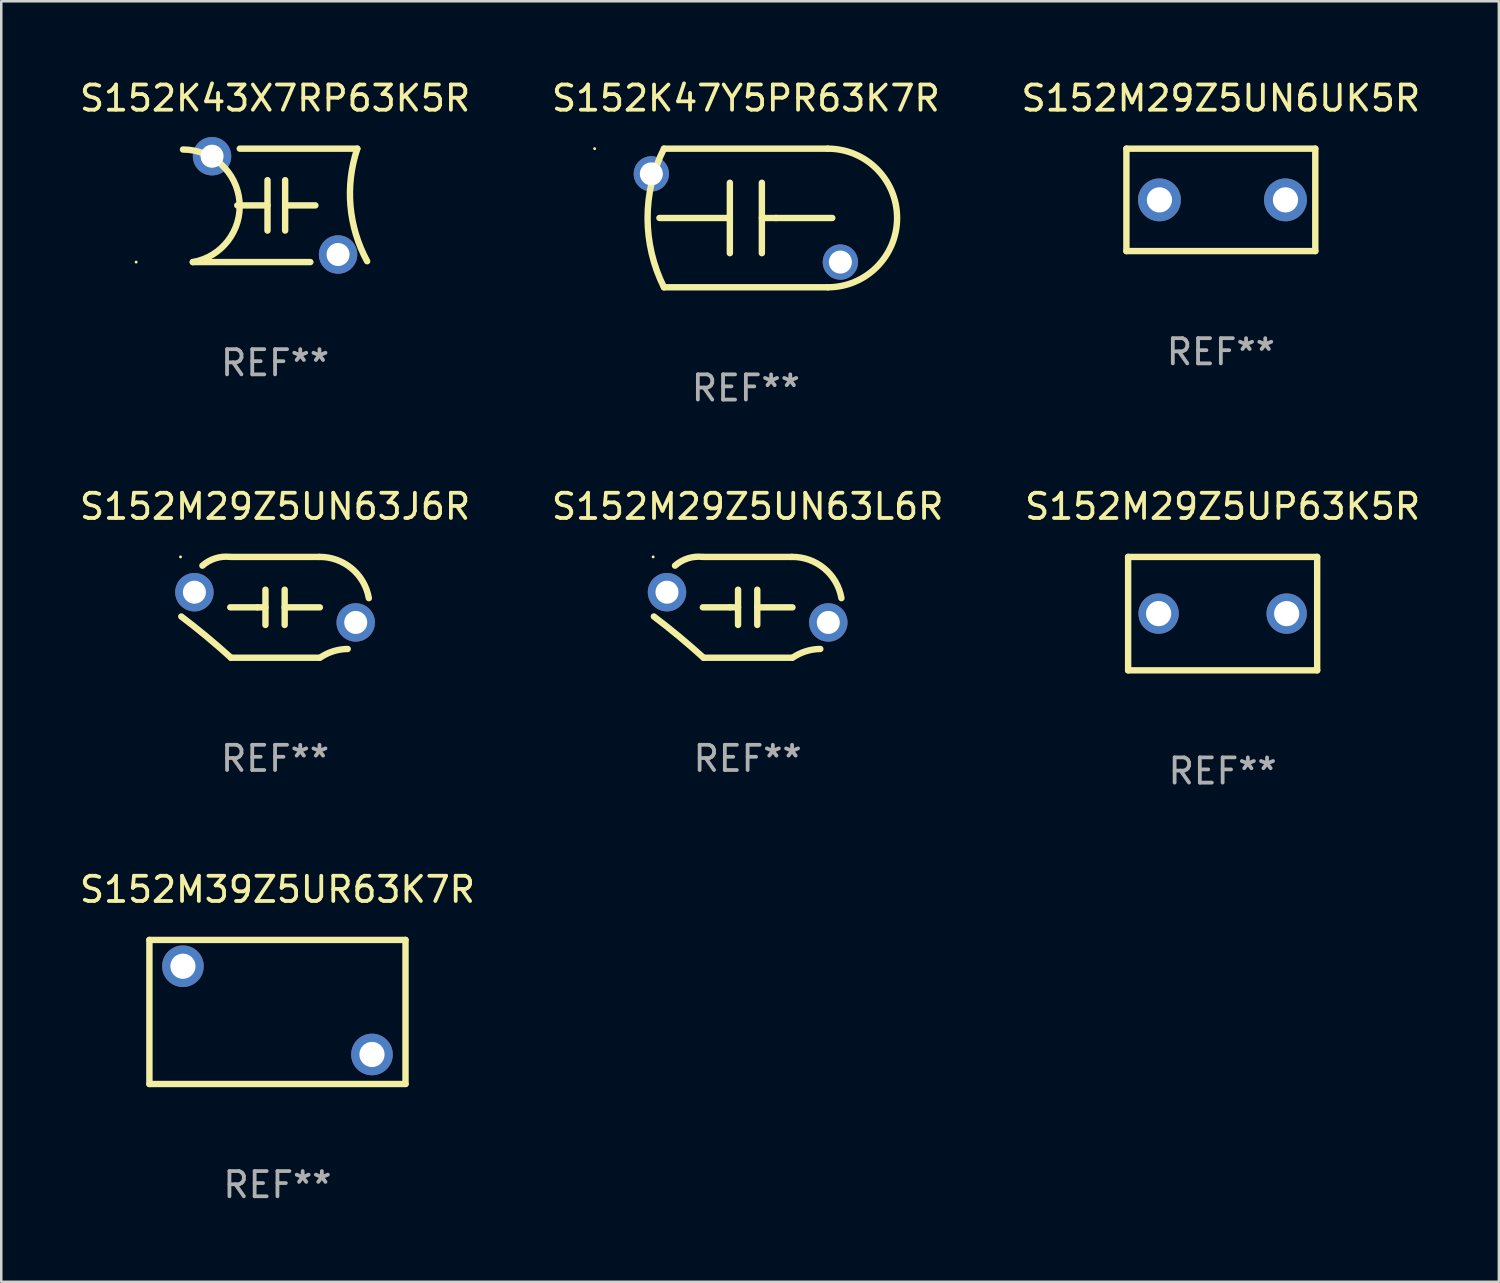
<source format=kicad_pcb>
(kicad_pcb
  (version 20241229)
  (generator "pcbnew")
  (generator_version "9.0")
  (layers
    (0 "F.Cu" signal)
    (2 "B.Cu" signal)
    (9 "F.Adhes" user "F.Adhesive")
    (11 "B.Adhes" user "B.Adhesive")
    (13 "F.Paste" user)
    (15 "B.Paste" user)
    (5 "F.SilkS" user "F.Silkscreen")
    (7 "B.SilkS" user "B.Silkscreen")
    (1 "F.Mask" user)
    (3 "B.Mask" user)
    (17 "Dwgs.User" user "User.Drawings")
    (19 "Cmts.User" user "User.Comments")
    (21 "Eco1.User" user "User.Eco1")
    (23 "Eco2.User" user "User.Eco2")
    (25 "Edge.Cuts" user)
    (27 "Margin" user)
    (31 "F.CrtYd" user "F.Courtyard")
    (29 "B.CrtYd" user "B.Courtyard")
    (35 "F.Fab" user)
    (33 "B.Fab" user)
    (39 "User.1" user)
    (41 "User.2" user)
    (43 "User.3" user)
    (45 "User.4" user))
  (footprint "S152K47Y5PR63K7R"
    (layer "F.Cu")
    (at 26.542 5.598)
    (property "Reference" "S152K47Y5PR63K7R" (at 0 -4.75 0) (layer "F.SilkS") (effects (font (size 1 1) (thickness 0.15))))
    (attr through_hole)
    (fp_line (start -3.429 0) (end -0.635 0) (stroke (width 0.254) (type solid)) (layer "F.SilkS"))
    (fp_line (start -3.25 -2.75) (end 3.25 -2.75) (stroke (width 0.254) (type solid)) (layer "F.SilkS"))
    (fp_line (start -0.635 -1.397) (end -0.635 1.397) (stroke (width 0.254) (type solid)) (layer "F.SilkS"))
    (fp_line (start 0.635 -1.397) (end 0.635 1.397) (stroke (width 0.254) (type solid)) (layer "F.SilkS"))
    (fp_line (start 0.635 0) (end 1.196 0) (stroke (width 0.254) (type solid)) (layer "F.SilkS"))
    (fp_line (start 1.196 0) (end 3.429 0) (stroke (width 0.254) (type solid)) (layer "F.SilkS"))
    (fp_line (start 3.25 2.75) (end -3.25 2.75) (stroke (width 0.254) (type solid)) (layer "F.SilkS"))
    (fp_arc (start -3.249911 2.750012) (mid -3.899101 0) (end -3.249911 -2.750013) (stroke (width 0.254001) (type solid)) (layer "F.SilkS"))
    (fp_arc (start 3.249911 -2.750013) (mid 5.999924 0) (end 3.249911 2.750013) (stroke (width 0.254001) (type solid)) (layer "F.SilkS"))
    (fp_circle (center -6 -2.75) (end -5.97 -2.75) (stroke (width 0.06) (type solid)) (fill no) (layer "F.SilkS"))
    (fp_text user "REF**" (at 0 6.75 0) (layer "F.Fab") (effects (font (size 1 1) (thickness 0.15))))
    (pad "1" thru_hole circle (at -3.75 -1.75) (size 1.4 1.4) (drill 0.914) (layers "*.Cu" "*.Mask"))
    (pad "2" thru_hole circle (at 3.75 1.75) (size 1.4 1.4) (drill 0.914) (layers "*.Cu" "*.Mask")))
  (footprint "S152M39Z5UR63K7R"
    (layer "F.Cu")
    (at 7.958 37.099)
    (property "Reference" "S152M39Z5UR63K7R" (at 0 -4.858 0) (layer "F.SilkS") (effects (font (size 1 1) (thickness 0.15))))
    (attr through_hole)
    (fp_line (start -5.08 -2.858) (end 5.08 -2.858) (stroke (width 0.254) (type solid)) (layer "F.SilkS"))
    (fp_line (start -5.08 2.858) (end -5.08 -2.858) (stroke (width 0.254) (type solid)) (layer "F.SilkS"))
    (fp_line (start 5.08 -2.858) (end 5.08 2.858) (stroke (width 0.254) (type solid)) (layer "F.SilkS"))
    (fp_line (start 5.08 2.858) (end -5.08 2.858) (stroke (width 0.254) (type solid)) (layer "F.SilkS"))
    (fp_circle (center -5 -2.814) (end -4.97 -2.814) (stroke (width 0.06) (type solid)) (fill no) (layer "F.SilkS"))
    (fp_text user "REF**" (at 0 6.858 0) (layer "F.Fab") (effects (font (size 1 1) (thickness 0.15))))
    (pad "1" thru_hole circle (at -3.75 -1.814) (size 1.65 1.65) (drill 1) (layers "*.Cu" "*.Mask"))
    (pad "2" thru_hole circle (at 3.75 1.687) (size 1.65 1.65) (drill 1) (layers "*.Cu" "*.Mask")))
  (footprint "S152M29Z5UN63L6R"
    (layer "F.Cu")
    (at 26.613 21.045)
    (property "Reference" "S152M29Z5UN63L6R" (at 0 -4 0) (layer "F.SilkS") (effects (font (size 1 1) (thickness 0.15))))
    (attr through_hole)
    (fp_line (start -1.75 -2) (end 1.75 -2) (stroke (width 0.254) (type solid)) (layer "F.SilkS"))
    (fp_line (start -1.75 2) (end 1.75 2) (stroke (width 0.254) (type solid)) (layer "F.SilkS"))
    (fp_line (start -0.696 0) (end -1.778 0) (stroke (width 0.254) (type solid)) (layer "F.SilkS"))
    (fp_line (start -0.381 -0.699) (end -0.381 0.699) (stroke (width 0.254) (type solid)) (layer "F.SilkS"))
    (fp_line (start -0.381 0) (end -0.696 0) (stroke (width 0.254) (type solid)) (layer "F.SilkS"))
    (fp_line (start 0.381 -0.699) (end 0.381 0.699) (stroke (width 0.254) (type solid)) (layer "F.SilkS"))
    (fp_line (start 0.381 0.002) (end 1.778 0.002) (stroke (width 0.254) (type solid)) (layer "F.SilkS"))
    (fp_arc (start -3.720599 0.36444) (mid -2.717346 1.160536) (end -1.750089 2) (stroke (width 0.254001) (type solid)) (layer "F.SilkS"))
    (fp_arc (start -2.88161 -1.652477) (mid -2.369233 -1.942847) (end -1.783058 -1.999797) (stroke (width 0.254001) (type solid)) (layer "F.SilkS"))
    (fp_arc (start 1.750088 -2) (mid 3.036016 -1.544468) (end 3.720599 -0.36444) (stroke (width 0.254001) (type solid)) (layer "F.SilkS"))
    (fp_arc (start 1.783058 1.999797) (mid 2.306495 1.74441) (end 2.88161 1.652477) (stroke (width 0.254001) (type solid)) (layer "F.SilkS"))
    (fp_circle (center -3.75 -2) (end -3.72 -2) (stroke (width 0.06) (type solid)) (fill no) (layer "F.SilkS"))
    (fp_text user "REF**" (at 0 6 0) (layer "F.Fab") (effects (font (size 1 1) (thickness 0.15))))
    (pad "1" thru_hole circle (at -3.2 -0.6) (size 1.524 1.524) (drill 0.914) (layers "*.Cu" "*.Mask"))
    (pad "2" thru_hole circle (at 3.2 0.6) (size 1.524 1.524) (drill 0.914) (layers "*.Cu" "*.Mask")))
  (footprint "S152K43X7RP63K5R"
    (layer "F.Cu")
    (at 7.863 5.098)
    (property "Reference" "S152K43X7RP63K5R" (at 0 -4.25 0) (layer "F.SilkS") (effects (font (size 1 1) (thickness 0.15))))
    (attr through_hole)
    (fp_line (start -3.262 2.25) (end 1.4 2.25) (stroke (width 0.254) (type solid)) (layer "F.SilkS"))
    (fp_line (start -1.5 0) (end -0.3 0) (stroke (width 0.254) (type solid)) (layer "F.SilkS"))
    (fp_line (start -0.3 -1) (end -0.3 1) (stroke (width 0.254) (type solid)) (layer "F.SilkS"))
    (fp_line (start 0.4 -1) (end 0.4 1) (stroke (width 0.254) (type solid)) (layer "F.SilkS"))
    (fp_line (start 1.6 0) (end 0.4 0) (stroke (width 0.254) (type solid)) (layer "F.SilkS"))
    (fp_line (start 3.262 -2.25) (end -1.4 -2.25) (stroke (width 0.254) (type solid)) (layer "F.SilkS"))
    (fp_arc (start -3.652909 -2.215824) (mid -1.411448 -0.16182) (end -3.262433 2.250013) (stroke (width 0.254001) (type solid)) (layer "F.SilkS"))
    (fp_arc (start 3.653085 2.215825) (mid 2.992593 0.023597) (end 3.262433 -2.250013) (stroke (width 0.254001) (type solid)) (layer "F.SilkS"))
    (fp_circle (center -5.512 2.25) (end -5.482 2.25) (stroke (width 0.06) (type solid)) (fill no) (layer "F.SilkS"))
    (fp_text user "REF**" (at 0 6.25 0) (layer "F.Fab") (effects (font (size 1 1) (thickness 0.15))))
    (pad "1" thru_hole circle (at -2.5 -1.95) (size 1.524 1.524) (drill 0.914) (layers "*.Cu" "*.Mask"))
    (pad "2" thru_hole circle (at 2.5 1.95) (size 1.524 1.524) (drill 0.914) (layers "*.Cu" "*.Mask")))
  (footprint "S152M29Z5UP63K5R"
    (layer "F.Cu")
    (at 45.458 21.295)
    (property "Reference" "S152M29Z5UP63K5R" (at 0 -4.25 0) (layer "F.SilkS") (effects (font (size 1 1) (thickness 0.15))))
    (attr through_hole)
    (fp_line (start -3.75 -2.25) (end -3.75 2.25) (stroke (width 0.254) (type solid)) (layer "F.SilkS"))
    (fp_line (start -3.75 -2.25) (end 3.75 -2.25) (stroke (width 0.254) (type solid)) (layer "F.SilkS"))
    (fp_line (start 3.75 -2.25) (end 3.75 2.25) (stroke (width 0.254) (type solid)) (layer "F.SilkS"))
    (fp_line (start 3.75 2.25) (end -3.75 2.25) (stroke (width 0.254) (type solid)) (layer "F.SilkS"))
    (fp_circle (center -3.75 2.25) (end -3.72 2.25) (stroke (width 0.06) (type solid)) (fill no) (layer "F.SilkS"))
    (fp_text user "REF**" (at 0 6.25 0) (layer "F.Fab") (effects (font (size 1 1) (thickness 0.15))))
    (pad "1" thru_hole circle (at -2.54 0) (size 1.6 1.6) (drill 1) (layers "*.Cu" "*.Mask"))
    (pad "2" thru_hole circle (at 2.54 0) (size 1.6 1.6) (drill 1) (layers "*.Cu" "*.Mask")))
  (footprint "S152M29Z5UN6UK5R"
    (layer "F.Cu")
    (at 45.387 4.88)
    (property "Reference" "S152M29Z5UN6UK5R" (at 0 -4.032 0) (layer "F.SilkS") (effects (font (size 1 1) (thickness 0.15))))
    (attr through_hole)
    (fp_line (start -3.747 -2.032) (end -3.747 2.032) (stroke (width 0.254) (type solid)) (layer "F.SilkS"))
    (fp_line (start -3.747 2.032) (end 3.747 2.032) (stroke (width 0.254) (type solid)) (layer "F.SilkS"))
    (fp_line (start 3.747 -2.032) (end -3.747 -2.032) (stroke (width 0.254) (type solid)) (layer "F.SilkS"))
    (fp_line (start 3.747 2.032) (end 3.747 -2.032) (stroke (width 0.254) (type solid)) (layer "F.SilkS"))
    (fp_circle (center -3.687 2) (end -3.657 2) (stroke (width 0.06) (type solid)) (fill no) (layer "F.SilkS"))
    (fp_text user "REF**" (at 0 6.032 0) (layer "F.Fab") (effects (font (size 1 1) (thickness 0.15))))
    (pad "1" thru_hole circle (at -2.436 0) (size 1.7 1.7) (drill 1) (layers "*.Cu" "*.Mask"))
    (pad "2" thru_hole circle (at 2.564 0) (size 1.7 1.7) (drill 1) (layers "*.Cu" "*.Mask")))
  (footprint "S152M29Z5UN63J6R"
    (layer "F.Cu")
    (at 7.863 21.045)
    (property "Reference" "S152M29Z5UN63J6R" (at 0 -4 0) (layer "F.SilkS") (effects (font (size 1 1) (thickness 0.15))))
    (attr through_hole)
    (fp_line (start -1.75 -2) (end 1.75 -2) (stroke (width 0.254) (type solid)) (layer "F.SilkS"))
    (fp_line (start -1.75 2) (end 1.75 2) (stroke (width 0.254) (type solid)) (layer "F.SilkS"))
    (fp_line (start -0.696 0) (end -1.778 0) (stroke (width 0.254) (type solid)) (layer "F.SilkS"))
    (fp_line (start -0.381 -0.699) (end -0.381 0.699) (stroke (width 0.254) (type solid)) (layer "F.SilkS"))
    (fp_line (start -0.381 0) (end -0.696 0) (stroke (width 0.254) (type solid)) (layer "F.SilkS"))
    (fp_line (start 0.381 -0.699) (end 0.381 0.699) (stroke (width 0.254) (type solid)) (layer "F.SilkS"))
    (fp_line (start 0.381 0.002) (end 1.778 0.002) (stroke (width 0.254) (type solid)) (layer "F.SilkS"))
    (fp_arc (start -3.720599 0.36444) (mid -2.717346 1.160536) (end -1.750089 2) (stroke (width 0.254001) (type solid)) (layer "F.SilkS"))
    (fp_arc (start -2.88161 -1.652477) (mid -2.369233 -1.942847) (end -1.783058 -1.999797) (stroke (width 0.254001) (type solid)) (layer "F.SilkS"))
    (fp_arc (start 1.750088 -2) (mid 3.036016 -1.544468) (end 3.720599 -0.36444) (stroke (width 0.254001) (type solid)) (layer "F.SilkS"))
    (fp_arc (start 1.783058 1.999797) (mid 2.306495 1.74441) (end 2.88161 1.652477) (stroke (width 0.254001) (type solid)) (layer "F.SilkS"))
    (fp_circle (center -3.75 -2) (end -3.72 -2) (stroke (width 0.06) (type solid)) (fill no) (layer "F.SilkS"))
    (fp_text user "REF**" (at 0 6 0) (layer "F.Fab") (effects (font (size 1 1) (thickness 0.15))))
    (pad "1" thru_hole circle (at -3.2 -0.6) (size 1.524 1.524) (drill 0.914) (layers "*.Cu" "*.Mask"))
    (pad "2" thru_hole circle (at 3.2 0.6) (size 1.524 1.524) (drill 0.914) (layers "*.Cu" "*.Mask")))
  (gr_rect
    (start -3 -3)
    (end 56.417 47.805)
    (stroke (width 0.1) (type default))
    (fill no)
    (layer "Edge.Cuts")))
</source>
